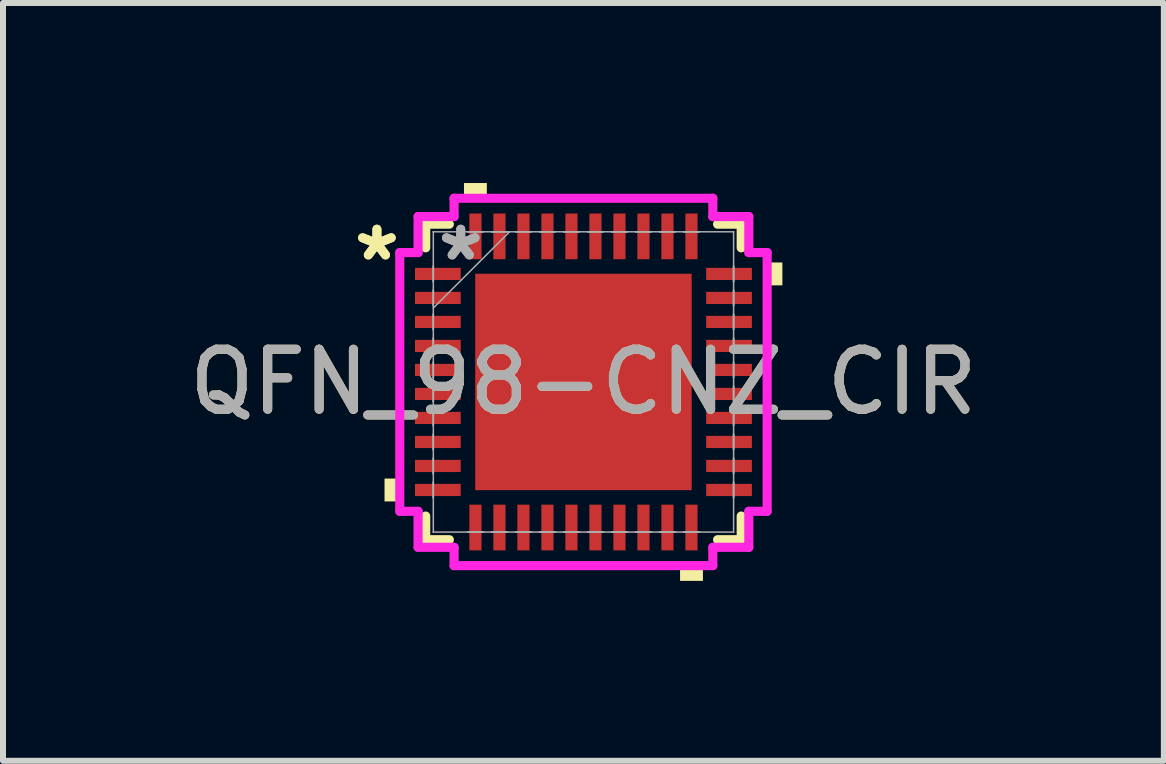
<source format=kicad_pcb>
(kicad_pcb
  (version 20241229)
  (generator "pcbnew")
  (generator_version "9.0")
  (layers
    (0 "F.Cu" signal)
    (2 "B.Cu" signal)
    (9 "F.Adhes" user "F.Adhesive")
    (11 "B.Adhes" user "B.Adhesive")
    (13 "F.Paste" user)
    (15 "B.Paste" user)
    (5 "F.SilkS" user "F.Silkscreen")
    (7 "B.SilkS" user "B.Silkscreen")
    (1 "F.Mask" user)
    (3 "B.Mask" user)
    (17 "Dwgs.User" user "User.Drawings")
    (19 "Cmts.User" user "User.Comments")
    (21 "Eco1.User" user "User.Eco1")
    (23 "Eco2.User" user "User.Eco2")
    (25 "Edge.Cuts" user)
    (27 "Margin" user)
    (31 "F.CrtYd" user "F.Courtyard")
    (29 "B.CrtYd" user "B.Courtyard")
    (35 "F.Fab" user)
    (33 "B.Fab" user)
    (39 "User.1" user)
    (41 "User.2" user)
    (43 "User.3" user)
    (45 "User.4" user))
  (footprint "QFN_98-CNZ_CIR"
    (layer "F.Cu")
    (at 6.673 3.315)
    (property "Reference" "QFN_98-CNZ_CIR" (at 0 0 0) (unlocked yes) (layer "F.SilkS") (effects (font (size 1 1) (thickness 0.15))))
    (attr smd)
    (fp_line (start -2.629 -2.629) (end -2.629 -2.235) (stroke (width 0.152) (type solid)) (layer "F.SilkS"))
    (fp_line (start -2.629 2.235) (end -2.629 2.629) (stroke (width 0.152) (type solid)) (layer "F.SilkS"))
    (fp_line (start -2.629 2.629) (end -2.235 2.629) (stroke (width 0.152) (type solid)) (layer "F.SilkS"))
    (fp_line (start -2.235 -2.629) (end -2.629 -2.629) (stroke (width 0.152) (type solid)) (layer "F.SilkS"))
    (fp_line (start 2.235 2.629) (end 2.629 2.629) (stroke (width 0.152) (type solid)) (layer "F.SilkS"))
    (fp_line (start 2.629 -2.629) (end 2.235 -2.629) (stroke (width 0.152) (type solid)) (layer "F.SilkS"))
    (fp_line (start 2.629 -2.235) (end 2.629 -2.629) (stroke (width 0.152) (type solid)) (layer "F.SilkS"))
    (fp_line (start 2.629 2.629) (end 2.629 2.235) (stroke (width 0.152) (type solid)) (layer "F.SilkS"))
    (fp_poly (pts (xy -3.315 1.61) (xy -3.315 1.991) (xy -3.061 1.991) (xy -3.061 1.61)) (stroke (width 0) (type solid)) (fill yes) (layer "F.SilkS"))
    (fp_poly (pts (xy -1.991 -3.061) (xy -1.991 -3.315) (xy -1.61 -3.315) (xy -1.61 -3.061)) (stroke (width 0) (type solid)) (fill yes) (layer "F.SilkS"))
    (fp_poly (pts (xy 1.61 3.061) (xy 1.61 3.315) (xy 1.991 3.315) (xy 1.991 3.061)) (stroke (width 0) (type solid)) (fill yes) (layer "F.SilkS"))
    (fp_poly (pts (xy 3.315 -1.991) (xy 3.315 -1.61) (xy 3.061 -1.61) (xy 3.061 -1.991)) (stroke (width 0) (type solid)) (fill yes) (layer "F.SilkS"))
    (fp_poly (pts (xy -1.703 -1.703) (xy -1.703 -0.1) (xy -0.1 -0.1) (xy -0.1 -1.703)) (stroke (width 0) (type solid)) (fill yes) (layer "F.Paste"))
    (fp_poly (pts (xy -1.703 0.1) (xy -1.703 1.703) (xy -0.1 1.703) (xy -0.1 0.1)) (stroke (width 0) (type solid)) (fill yes) (layer "F.Paste"))
    (fp_poly (pts (xy 0.1 -1.703) (xy 0.1 -0.1) (xy 1.703 -0.1) (xy 1.703 -1.703)) (stroke (width 0) (type solid)) (fill yes) (layer "F.Paste"))
    (fp_poly (pts (xy 0.1 0.1) (xy 0.1 1.703) (xy 1.703 1.703) (xy 1.703 0.1)) (stroke (width 0) (type solid)) (fill yes) (layer "F.Paste"))
    (fp_line (start -3.061 -2.156) (end -2.756 -2.156) (stroke (width 0.152) (type solid)) (layer "F.CrtYd"))
    (fp_line (start -3.061 2.156) (end -3.061 -2.156) (stroke (width 0.152) (type solid)) (layer "F.CrtYd"))
    (fp_line (start -2.756 -2.756) (end -2.156 -2.756) (stroke (width 0.152) (type solid)) (layer "F.CrtYd"))
    (fp_line (start -2.756 -2.156) (end -2.756 -2.756) (stroke (width 0.152) (type solid)) (layer "F.CrtYd"))
    (fp_line (start -2.756 2.156) (end -3.061 2.156) (stroke (width 0.152) (type solid)) (layer "F.CrtYd"))
    (fp_line (start -2.756 2.756) (end -2.756 2.156) (stroke (width 0.152) (type solid)) (layer "F.CrtYd"))
    (fp_line (start -2.156 -3.061) (end 2.156 -3.061) (stroke (width 0.152) (type solid)) (layer "F.CrtYd"))
    (fp_line (start -2.156 -2.756) (end -2.156 -3.061) (stroke (width 0.152) (type solid)) (layer "F.CrtYd"))
    (fp_line (start -2.156 2.756) (end -2.756 2.756) (stroke (width 0.152) (type solid)) (layer "F.CrtYd"))
    (fp_line (start -2.156 3.061) (end -2.156 2.756) (stroke (width 0.152) (type solid)) (layer "F.CrtYd"))
    (fp_line (start 2.156 -3.061) (end 2.156 -2.756) (stroke (width 0.152) (type solid)) (layer "F.CrtYd"))
    (fp_line (start 2.156 -2.756) (end 2.756 -2.756) (stroke (width 0.152) (type solid)) (layer "F.CrtYd"))
    (fp_line (start 2.156 2.756) (end 2.156 3.061) (stroke (width 0.152) (type solid)) (layer "F.CrtYd"))
    (fp_line (start 2.156 3.061) (end -2.156 3.061) (stroke (width 0.152) (type solid)) (layer "F.CrtYd"))
    (fp_line (start 2.756 -2.756) (end 2.756 -2.156) (stroke (width 0.152) (type solid)) (layer "F.CrtYd"))
    (fp_line (start 2.756 -2.156) (end 3.061 -2.156) (stroke (width 0.152) (type solid)) (layer "F.CrtYd"))
    (fp_line (start 2.756 2.156) (end 2.756 2.756) (stroke (width 0.152) (type solid)) (layer "F.CrtYd"))
    (fp_line (start 2.756 2.756) (end 2.156 2.756) (stroke (width 0.152) (type solid)) (layer "F.CrtYd"))
    (fp_line (start 3.061 -2.156) (end 3.061 2.156) (stroke (width 0.152) (type solid)) (layer "F.CrtYd"))
    (fp_line (start 3.061 2.156) (end 2.756 2.156) (stroke (width 0.152) (type solid)) (layer "F.CrtYd"))
    (fp_line (start -2.502 -2.502) (end -2.502 -2.502) (stroke (width 0.025) (type solid)) (layer "F.Fab"))
    (fp_line (start -2.502 -2.502) (end -2.502 2.502) (stroke (width 0.025) (type solid)) (layer "F.Fab"))
    (fp_line (start -2.502 -1.927) (end -2.502 -1.927) (stroke (width 0.025) (type solid)) (layer "F.Fab"))
    (fp_line (start -2.502 -1.927) (end -2.502 -1.673) (stroke (width 0.025) (type solid)) (layer "F.Fab"))
    (fp_line (start -2.502 -1.673) (end -2.502 -1.927) (stroke (width 0.025) (type solid)) (layer "F.Fab"))
    (fp_line (start -2.502 -1.673) (end -2.502 -1.673) (stroke (width 0.025) (type solid)) (layer "F.Fab"))
    (fp_line (start -2.502 -1.527) (end -2.502 -1.527) (stroke (width 0.025) (type solid)) (layer "F.Fab"))
    (fp_line (start -2.502 -1.527) (end -2.502 -1.273) (stroke (width 0.025) (type solid)) (layer "F.Fab"))
    (fp_line (start -2.502 -1.273) (end -2.502 -1.527) (stroke (width 0.025) (type solid)) (layer "F.Fab"))
    (fp_line (start -2.502 -1.273) (end -2.502 -1.273) (stroke (width 0.025) (type solid)) (layer "F.Fab"))
    (fp_line (start -2.502 -1.232) (end -1.232 -2.502) (stroke (width 0.025) (type solid)) (layer "F.Fab"))
    (fp_line (start -2.502 -1.127) (end -2.502 -1.127) (stroke (width 0.025) (type solid)) (layer "F.Fab"))
    (fp_line (start -2.502 -1.127) (end -2.502 -0.873) (stroke (width 0.025) (type solid)) (layer "F.Fab"))
    (fp_line (start -2.502 -0.873) (end -2.502 -1.127) (stroke (width 0.025) (type solid)) (layer "F.Fab"))
    (fp_line (start -2.502 -0.873) (end -2.502 -0.873) (stroke (width 0.025) (type solid)) (layer "F.Fab"))
    (fp_line (start -2.502 -0.727) (end -2.502 -0.727) (stroke (width 0.025) (type solid)) (layer "F.Fab"))
    (fp_line (start -2.502 -0.727) (end -2.502 -0.473) (stroke (width 0.025) (type solid)) (layer "F.Fab"))
    (fp_line (start -2.502 -0.473) (end -2.502 -0.727) (stroke (width 0.025) (type solid)) (layer "F.Fab"))
    (fp_line (start -2.502 -0.473) (end -2.502 -0.473) (stroke (width 0.025) (type solid)) (layer "F.Fab"))
    (fp_line (start -2.502 -0.327) (end -2.502 -0.327) (stroke (width 0.025) (type solid)) (layer "F.Fab"))
    (fp_line (start -2.502 -0.327) (end -2.502 -0.073) (stroke (width 0.025) (type solid)) (layer "F.Fab"))
    (fp_line (start -2.502 -0.073) (end -2.502 -0.327) (stroke (width 0.025) (type solid)) (layer "F.Fab"))
    (fp_line (start -2.502 -0.073) (end -2.502 -0.073) (stroke (width 0.025) (type solid)) (layer "F.Fab"))
    (fp_line (start -2.502 0.073) (end -2.502 0.073) (stroke (width 0.025) (type solid)) (layer "F.Fab"))
    (fp_line (start -2.502 0.073) (end -2.502 0.327) (stroke (width 0.025) (type solid)) (layer "F.Fab"))
    (fp_line (start -2.502 0.327) (end -2.502 0.073) (stroke (width 0.025) (type solid)) (layer "F.Fab"))
    (fp_line (start -2.502 0.327) (end -2.502 0.327) (stroke (width 0.025) (type solid)) (layer "F.Fab"))
    (fp_line (start -2.502 0.473) (end -2.502 0.473) (stroke (width 0.025) (type solid)) (layer "F.Fab"))
    (fp_line (start -2.502 0.473) (end -2.502 0.727) (stroke (width 0.025) (type solid)) (layer "F.Fab"))
    (fp_line (start -2.502 0.727) (end -2.502 0.473) (stroke (width 0.025) (type solid)) (layer "F.Fab"))
    (fp_line (start -2.502 0.727) (end -2.502 0.727) (stroke (width 0.025) (type solid)) (layer "F.Fab"))
    (fp_line (start -2.502 0.873) (end -2.502 0.873) (stroke (width 0.025) (type solid)) (layer "F.Fab"))
    (fp_line (start -2.502 0.873) (end -2.502 1.127) (stroke (width 0.025) (type solid)) (layer "F.Fab"))
    (fp_line (start -2.502 1.127) (end -2.502 0.873) (stroke (width 0.025) (type solid)) (layer "F.Fab"))
    (fp_line (start -2.502 1.127) (end -2.502 1.127) (stroke (width 0.025) (type solid)) (layer "F.Fab"))
    (fp_line (start -2.502 1.273) (end -2.502 1.273) (stroke (width 0.025) (type solid)) (layer "F.Fab"))
    (fp_line (start -2.502 1.273) (end -2.502 1.527) (stroke (width 0.025) (type solid)) (layer "F.Fab"))
    (fp_line (start -2.502 1.527) (end -2.502 1.273) (stroke (width 0.025) (type solid)) (layer "F.Fab"))
    (fp_line (start -2.502 1.527) (end -2.502 1.527) (stroke (width 0.025) (type solid)) (layer "F.Fab"))
    (fp_line (start -2.502 1.673) (end -2.502 1.673) (stroke (width 0.025) (type solid)) (layer "F.Fab"))
    (fp_line (start -2.502 1.673) (end -2.502 1.927) (stroke (width 0.025) (type solid)) (layer "F.Fab"))
    (fp_line (start -2.502 1.927) (end -2.502 1.673) (stroke (width 0.025) (type solid)) (layer "F.Fab"))
    (fp_line (start -2.502 1.927) (end -2.502 1.927) (stroke (width 0.025) (type solid)) (layer "F.Fab"))
    (fp_line (start -2.502 2.502) (end -2.502 2.502) (stroke (width 0.025) (type solid)) (layer "F.Fab"))
    (fp_line (start -2.502 2.502) (end 2.502 2.502) (stroke (width 0.025) (type solid)) (layer "F.Fab"))
    (fp_line (start -1.927 -2.502) (end -1.927 -2.502) (stroke (width 0.025) (type solid)) (layer "F.Fab"))
    (fp_line (start -1.927 -2.502) (end -1.673 -2.502) (stroke (width 0.025) (type solid)) (layer "F.Fab"))
    (fp_line (start -1.927 2.502) (end -1.927 2.502) (stroke (width 0.025) (type solid)) (layer "F.Fab"))
    (fp_line (start -1.927 2.502) (end -1.673 2.502) (stroke (width 0.025) (type solid)) (layer "F.Fab"))
    (fp_line (start -1.673 -2.502) (end -1.927 -2.502) (stroke (width 0.025) (type solid)) (layer "F.Fab"))
    (fp_line (start -1.673 -2.502) (end -1.673 -2.502) (stroke (width 0.025) (type solid)) (layer "F.Fab"))
    (fp_line (start -1.673 2.502) (end -1.927 2.502) (stroke (width 0.025) (type solid)) (layer "F.Fab"))
    (fp_line (start -1.673 2.502) (end -1.673 2.502) (stroke (width 0.025) (type solid)) (layer "F.Fab"))
    (fp_line (start -1.527 -2.502) (end -1.527 -2.502) (stroke (width 0.025) (type solid)) (layer "F.Fab"))
    (fp_line (start -1.527 -2.502) (end -1.273 -2.502) (stroke (width 0.025) (type solid)) (layer "F.Fab"))
    (fp_line (start -1.527 2.502) (end -1.527 2.502) (stroke (width 0.025) (type solid)) (layer "F.Fab"))
    (fp_line (start -1.527 2.502) (end -1.273 2.502) (stroke (width 0.025) (type solid)) (layer "F.Fab"))
    (fp_line (start -1.273 -2.502) (end -1.527 -2.502) (stroke (width 0.025) (type solid)) (layer "F.Fab"))
    (fp_line (start -1.273 -2.502) (end -1.273 -2.502) (stroke (width 0.025) (type solid)) (layer "F.Fab"))
    (fp_line (start -1.273 2.502) (end -1.527 2.502) (stroke (width 0.025) (type solid)) (layer "F.Fab"))
    (fp_line (start -1.273 2.502) (end -1.273 2.502) (stroke (width 0.025) (type solid)) (layer "F.Fab"))
    (fp_line (start -1.127 -2.502) (end -1.127 -2.502) (stroke (width 0.025) (type solid)) (layer "F.Fab"))
    (fp_line (start -1.127 -2.502) (end -0.873 -2.502) (stroke (width 0.025) (type solid)) (layer "F.Fab"))
    (fp_line (start -1.127 2.502) (end -1.127 2.502) (stroke (width 0.025) (type solid)) (layer "F.Fab"))
    (fp_line (start -1.127 2.502) (end -0.873 2.502) (stroke (width 0.025) (type solid)) (layer "F.Fab"))
    (fp_line (start -0.873 -2.502) (end -1.127 -2.502) (stroke (width 0.025) (type solid)) (layer "F.Fab"))
    (fp_line (start -0.873 -2.502) (end -0.873 -2.502) (stroke (width 0.025) (type solid)) (layer "F.Fab"))
    (fp_line (start -0.873 2.502) (end -1.127 2.502) (stroke (width 0.025) (type solid)) (layer "F.Fab"))
    (fp_line (start -0.873 2.502) (end -0.873 2.502) (stroke (width 0.025) (type solid)) (layer "F.Fab"))
    (fp_line (start -0.727 -2.502) (end -0.727 -2.502) (stroke (width 0.025) (type solid)) (layer "F.Fab"))
    (fp_line (start -0.727 -2.502) (end -0.473 -2.502) (stroke (width 0.025) (type solid)) (layer "F.Fab"))
    (fp_line (start -0.727 2.502) (end -0.727 2.502) (stroke (width 0.025) (type solid)) (layer "F.Fab"))
    (fp_line (start -0.727 2.502) (end -0.473 2.502) (stroke (width 0.025) (type solid)) (layer "F.Fab"))
    (fp_line (start -0.473 -2.502) (end -0.727 -2.502) (stroke (width 0.025) (type solid)) (layer "F.Fab"))
    (fp_line (start -0.473 -2.502) (end -0.473 -2.502) (stroke (width 0.025) (type solid)) (layer "F.Fab"))
    (fp_line (start -0.473 2.502) (end -0.727 2.502) (stroke (width 0.025) (type solid)) (layer "F.Fab"))
    (fp_line (start -0.473 2.502) (end -0.473 2.502) (stroke (width 0.025) (type solid)) (layer "F.Fab"))
    (fp_line (start -0.327 -2.502) (end -0.327 -2.502) (stroke (width 0.025) (type solid)) (layer "F.Fab"))
    (fp_line (start -0.327 -2.502) (end -0.073 -2.502) (stroke (width 0.025) (type solid)) (layer "F.Fab"))
    (fp_line (start -0.327 2.502) (end -0.327 2.502) (stroke (width 0.025) (type solid)) (layer "F.Fab"))
    (fp_line (start -0.327 2.502) (end -0.073 2.502) (stroke (width 0.025) (type solid)) (layer "F.Fab"))
    (fp_line (start -0.073 -2.502) (end -0.327 -2.502) (stroke (width 0.025) (type solid)) (layer "F.Fab"))
    (fp_line (start -0.073 -2.502) (end -0.073 -2.502) (stroke (width 0.025) (type solid)) (layer "F.Fab"))
    (fp_line (start -0.073 2.502) (end -0.327 2.502) (stroke (width 0.025) (type solid)) (layer "F.Fab"))
    (fp_line (start -0.073 2.502) (end -0.073 2.502) (stroke (width 0.025) (type solid)) (layer "F.Fab"))
    (fp_line (start 0.073 -2.502) (end 0.073 -2.502) (stroke (width 0.025) (type solid)) (layer "F.Fab"))
    (fp_line (start 0.073 -2.502) (end 0.327 -2.502) (stroke (width 0.025) (type solid)) (layer "F.Fab"))
    (fp_line (start 0.073 2.502) (end 0.073 2.502) (stroke (width 0.025) (type solid)) (layer "F.Fab"))
    (fp_line (start 0.073 2.502) (end 0.327 2.502) (stroke (width 0.025) (type solid)) (layer "F.Fab"))
    (fp_line (start 0.327 -2.502) (end 0.073 -2.502) (stroke (width 0.025) (type solid)) (layer "F.Fab"))
    (fp_line (start 0.327 -2.502) (end 0.327 -2.502) (stroke (width 0.025) (type solid)) (layer "F.Fab"))
    (fp_line (start 0.327 2.502) (end 0.073 2.502) (stroke (width 0.025) (type solid)) (layer "F.Fab"))
    (fp_line (start 0.327 2.502) (end 0.327 2.502) (stroke (width 0.025) (type solid)) (layer "F.Fab"))
    (fp_line (start 0.473 -2.502) (end 0.473 -2.502) (stroke (width 0.025) (type solid)) (layer "F.Fab"))
    (fp_line (start 0.473 -2.502) (end 0.727 -2.502) (stroke (width 0.025) (type solid)) (layer "F.Fab"))
    (fp_line (start 0.473 2.502) (end 0.473 2.502) (stroke (width 0.025) (type solid)) (layer "F.Fab"))
    (fp_line (start 0.473 2.502) (end 0.727 2.502) (stroke (width 0.025) (type solid)) (layer "F.Fab"))
    (fp_line (start 0.727 -2.502) (end 0.473 -2.502) (stroke (width 0.025) (type solid)) (layer "F.Fab"))
    (fp_line (start 0.727 -2.502) (end 0.727 -2.502) (stroke (width 0.025) (type solid)) (layer "F.Fab"))
    (fp_line (start 0.727 2.502) (end 0.473 2.502) (stroke (width 0.025) (type solid)) (layer "F.Fab"))
    (fp_line (start 0.727 2.502) (end 0.727 2.502) (stroke (width 0.025) (type solid)) (layer "F.Fab"))
    (fp_line (start 0.873 -2.502) (end 0.873 -2.502) (stroke (width 0.025) (type solid)) (layer "F.Fab"))
    (fp_line (start 0.873 -2.502) (end 1.127 -2.502) (stroke (width 0.025) (type solid)) (layer "F.Fab"))
    (fp_line (start 0.873 2.502) (end 0.873 2.502) (stroke (width 0.025) (type solid)) (layer "F.Fab"))
    (fp_line (start 0.873 2.502) (end 1.127 2.502) (stroke (width 0.025) (type solid)) (layer "F.Fab"))
    (fp_line (start 1.127 -2.502) (end 0.873 -2.502) (stroke (width 0.025) (type solid)) (layer "F.Fab"))
    (fp_line (start 1.127 -2.502) (end 1.127 -2.502) (stroke (width 0.025) (type solid)) (layer "F.Fab"))
    (fp_line (start 1.127 2.502) (end 0.873 2.502) (stroke (width 0.025) (type solid)) (layer "F.Fab"))
    (fp_line (start 1.127 2.502) (end 1.127 2.502) (stroke (width 0.025) (type solid)) (layer "F.Fab"))
    (fp_line (start 1.273 -2.502) (end 1.273 -2.502) (stroke (width 0.025) (type solid)) (layer "F.Fab"))
    (fp_line (start 1.273 -2.502) (end 1.527 -2.502) (stroke (width 0.025) (type solid)) (layer "F.Fab"))
    (fp_line (start 1.273 2.502) (end 1.273 2.502) (stroke (width 0.025) (type solid)) (layer "F.Fab"))
    (fp_line (start 1.273 2.502) (end 1.527 2.502) (stroke (width 0.025) (type solid)) (layer "F.Fab"))
    (fp_line (start 1.527 -2.502) (end 1.273 -2.502) (stroke (width 0.025) (type solid)) (layer "F.Fab"))
    (fp_line (start 1.527 -2.502) (end 1.527 -2.502) (stroke (width 0.025) (type solid)) (layer "F.Fab"))
    (fp_line (start 1.527 2.502) (end 1.273 2.502) (stroke (width 0.025) (type solid)) (layer "F.Fab"))
    (fp_line (start 1.527 2.502) (end 1.527 2.502) (stroke (width 0.025) (type solid)) (layer "F.Fab"))
    (fp_line (start 1.673 -2.502) (end 1.673 -2.502) (stroke (width 0.025) (type solid)) (layer "F.Fab"))
    (fp_line (start 1.673 -2.502) (end 1.927 -2.502) (stroke (width 0.025) (type solid)) (layer "F.Fab"))
    (fp_line (start 1.673 2.502) (end 1.673 2.502) (stroke (width 0.025) (type solid)) (layer "F.Fab"))
    (fp_line (start 1.673 2.502) (end 1.927 2.502) (stroke (width 0.025) (type solid)) (layer "F.Fab"))
    (fp_line (start 1.927 -2.502) (end 1.673 -2.502) (stroke (width 0.025) (type solid)) (layer "F.Fab"))
    (fp_line (start 1.927 -2.502) (end 1.927 -2.502) (stroke (width 0.025) (type solid)) (layer "F.Fab"))
    (fp_line (start 1.927 2.502) (end 1.673 2.502) (stroke (width 0.025) (type solid)) (layer "F.Fab"))
    (fp_line (start 1.927 2.502) (end 1.927 2.502) (stroke (width 0.025) (type solid)) (layer "F.Fab"))
    (fp_line (start 2.502 -2.502) (end -2.502 -2.502) (stroke (width 0.025) (type solid)) (layer "F.Fab"))
    (fp_line (start 2.502 -2.502) (end 2.502 -2.502) (stroke (width 0.025) (type solid)) (layer "F.Fab"))
    (fp_line (start 2.502 -1.927) (end 2.502 -1.927) (stroke (width 0.025) (type solid)) (layer "F.Fab"))
    (fp_line (start 2.502 -1.927) (end 2.502 -1.673) (stroke (width 0.025) (type solid)) (layer "F.Fab"))
    (fp_line (start 2.502 -1.673) (end 2.502 -1.927) (stroke (width 0.025) (type solid)) (layer "F.Fab"))
    (fp_line (start 2.502 -1.673) (end 2.502 -1.673) (stroke (width 0.025) (type solid)) (layer "F.Fab"))
    (fp_line (start 2.502 -1.527) (end 2.502 -1.527) (stroke (width 0.025) (type solid)) (layer "F.Fab"))
    (fp_line (start 2.502 -1.527) (end 2.502 -1.273) (stroke (width 0.025) (type solid)) (layer "F.Fab"))
    (fp_line (start 2.502 -1.273) (end 2.502 -1.527) (stroke (width 0.025) (type solid)) (layer "F.Fab"))
    (fp_line (start 2.502 -1.273) (end 2.502 -1.273) (stroke (width 0.025) (type solid)) (layer "F.Fab"))
    (fp_line (start 2.502 -1.127) (end 2.502 -1.127) (stroke (width 0.025) (type solid)) (layer "F.Fab"))
    (fp_line (start 2.502 -1.127) (end 2.502 -0.873) (stroke (width 0.025) (type solid)) (layer "F.Fab"))
    (fp_line (start 2.502 -0.873) (end 2.502 -1.127) (stroke (width 0.025) (type solid)) (layer "F.Fab"))
    (fp_line (start 2.502 -0.873) (end 2.502 -0.873) (stroke (width 0.025) (type solid)) (layer "F.Fab"))
    (fp_line (start 2.502 -0.727) (end 2.502 -0.727) (stroke (width 0.025) (type solid)) (layer "F.Fab"))
    (fp_line (start 2.502 -0.727) (end 2.502 -0.473) (stroke (width 0.025) (type solid)) (layer "F.Fab"))
    (fp_line (start 2.502 -0.473) (end 2.502 -0.727) (stroke (width 0.025) (type solid)) (layer "F.Fab"))
    (fp_line (start 2.502 -0.473) (end 2.502 -0.473) (stroke (width 0.025) (type solid)) (layer "F.Fab"))
    (fp_line (start 2.502 -0.327) (end 2.502 -0.327) (stroke (width 0.025) (type solid)) (layer "F.Fab"))
    (fp_line (start 2.502 -0.327) (end 2.502 -0.073) (stroke (width 0.025) (type solid)) (layer "F.Fab"))
    (fp_line (start 2.502 -0.073) (end 2.502 -0.327) (stroke (width 0.025) (type solid)) (layer "F.Fab"))
    (fp_line (start 2.502 -0.073) (end 2.502 -0.073) (stroke (width 0.025) (type solid)) (layer "F.Fab"))
    (fp_line (start 2.502 0.073) (end 2.502 0.073) (stroke (width 0.025) (type solid)) (layer "F.Fab"))
    (fp_line (start 2.502 0.073) (end 2.502 0.327) (stroke (width 0.025) (type solid)) (layer "F.Fab"))
    (fp_line (start 2.502 0.327) (end 2.502 0.073) (stroke (width 0.025) (type solid)) (layer "F.Fab"))
    (fp_line (start 2.502 0.327) (end 2.502 0.327) (stroke (width 0.025) (type solid)) (layer "F.Fab"))
    (fp_line (start 2.502 0.473) (end 2.502 0.473) (stroke (width 0.025) (type solid)) (layer "F.Fab"))
    (fp_line (start 2.502 0.473) (end 2.502 0.727) (stroke (width 0.025) (type solid)) (layer "F.Fab"))
    (fp_line (start 2.502 0.727) (end 2.502 0.473) (stroke (width 0.025) (type solid)) (layer "F.Fab"))
    (fp_line (start 2.502 0.727) (end 2.502 0.727) (stroke (width 0.025) (type solid)) (layer "F.Fab"))
    (fp_line (start 2.502 0.873) (end 2.502 0.873) (stroke (width 0.025) (type solid)) (layer "F.Fab"))
    (fp_line (start 2.502 0.873) (end 2.502 1.127) (stroke (width 0.025) (type solid)) (layer "F.Fab"))
    (fp_line (start 2.502 1.127) (end 2.502 0.873) (stroke (width 0.025) (type solid)) (layer "F.Fab"))
    (fp_line (start 2.502 1.127) (end 2.502 1.127) (stroke (width 0.025) (type solid)) (layer "F.Fab"))
    (fp_line (start 2.502 1.273) (end 2.502 1.273) (stroke (width 0.025) (type solid)) (layer "F.Fab"))
    (fp_line (start 2.502 1.273) (end 2.502 1.527) (stroke (width 0.025) (type solid)) (layer "F.Fab"))
    (fp_line (start 2.502 1.527) (end 2.502 1.273) (stroke (width 0.025) (type solid)) (layer "F.Fab"))
    (fp_line (start 2.502 1.527) (end 2.502 1.527) (stroke (width 0.025) (type solid)) (layer "F.Fab"))
    (fp_line (start 2.502 1.673) (end 2.502 1.673) (stroke (width 0.025) (type solid)) (layer "F.Fab"))
    (fp_line (start 2.502 1.673) (end 2.502 1.927) (stroke (width 0.025) (type solid)) (layer "F.Fab"))
    (fp_line (start 2.502 1.927) (end 2.502 1.673) (stroke (width 0.025) (type solid)) (layer "F.Fab"))
    (fp_line (start 2.502 1.927) (end 2.502 1.927) (stroke (width 0.025) (type solid)) (layer "F.Fab"))
    (fp_line (start 2.502 2.502) (end 2.502 -2.502) (stroke (width 0.025) (type solid)) (layer "F.Fab"))
    (fp_line (start 2.502 2.502) (end 2.502 2.502) (stroke (width 0.025) (type solid)) (layer "F.Fab"))
    (fp_text user "*" (at -3.442 -2 0) (layer "F.SilkS") (effects (font (size 1 1) (thickness 0.15))))
    (fp_text user "*" (at -3.442 -2 0) (unlocked yes) (layer "F.SilkS") (effects (font (size 1 1) (thickness 0.15))))
    (fp_text user "*" (at -2.045 -2 0) (layer "F.Fab") (effects (font (size 1 1) (thickness 0.15))))
    (fp_text user "${REFERENCE}" (at 0 0 0) (unlocked yes) (layer "F.Fab") (effects (font (size 1 1) (thickness 0.15))))
    (fp_text user "*" (at -2.045 -2 0) (unlocked yes) (layer "F.Fab") (effects (font (size 1 1) (thickness 0.15))))
    (pad "1" smd rect (at -2.426 -1.8 90) (size 0.203 0.762) (layers "F.Cu" "F.Mask" "F.Paste"))
    (pad "2" smd rect (at -2.426 -1.4 90) (size 0.203 0.762) (layers "F.Cu" "F.Mask" "F.Paste"))
    (pad "3" smd rect (at -2.426 -1 90) (size 0.203 0.762) (layers "F.Cu" "F.Mask" "F.Paste"))
    (pad "4" smd rect (at -2.426 -0.6 90) (size 0.203 0.762) (layers "F.Cu" "F.Mask" "F.Paste"))
    (pad "5" smd rect (at -2.426 -0.2 90) (size 0.203 0.762) (layers "F.Cu" "F.Mask" "F.Paste"))
    (pad "6" smd rect (at -2.426 0.2 90) (size 0.203 0.762) (layers "F.Cu" "F.Mask" "F.Paste"))
    (pad "7" smd rect (at -2.426 0.6 90) (size 0.203 0.762) (layers "F.Cu" "F.Mask" "F.Paste"))
    (pad "8" smd rect (at -2.426 1 90) (size 0.203 0.762) (layers "F.Cu" "F.Mask" "F.Paste"))
    (pad "9" smd rect (at -2.426 1.4 90) (size 0.203 0.762) (layers "F.Cu" "F.Mask" "F.Paste"))
    (pad "10" smd rect (at -2.426 1.8 90) (size 0.203 0.762) (layers "F.Cu" "F.Mask" "F.Paste"))
    (pad "11" smd rect (at -1.8 2.426) (size 0.203 0.762) (layers "F.Cu" "F.Mask" "F.Paste"))
    (pad "12" smd rect (at -1.4 2.426) (size 0.203 0.762) (layers "F.Cu" "F.Mask" "F.Paste"))
    (pad "13" smd rect (at -1 2.426) (size 0.203 0.762) (layers "F.Cu" "F.Mask" "F.Paste"))
    (pad "14" smd rect (at -0.6 2.426) (size 0.203 0.762) (layers "F.Cu" "F.Mask" "F.Paste"))
    (pad "15" smd rect (at -0.2 2.426) (size 0.203 0.762) (layers "F.Cu" "F.Mask" "F.Paste"))
    (pad "16" smd rect (at 0.2 2.426) (size 0.203 0.762) (layers "F.Cu" "F.Mask" "F.Paste"))
    (pad "17" smd rect (at 0.6 2.426) (size 0.203 0.762) (layers "F.Cu" "F.Mask" "F.Paste"))
    (pad "18" smd rect (at 1 2.426) (size 0.203 0.762) (layers "F.Cu" "F.Mask" "F.Paste"))
    (pad "19" smd rect (at 1.4 2.426) (size 0.203 0.762) (layers "F.Cu" "F.Mask" "F.Paste"))
    (pad "20" smd rect (at 1.8 2.426) (size 0.203 0.762) (layers "F.Cu" "F.Mask" "F.Paste"))
    (pad "21" smd rect (at 2.426 1.8 90) (size 0.203 0.762) (layers "F.Cu" "F.Mask" "F.Paste"))
    (pad "22" smd rect (at 2.426 1.4 90) (size 0.203 0.762) (layers "F.Cu" "F.Mask" "F.Paste"))
    (pad "23" smd rect (at 2.426 1 90) (size 0.203 0.762) (layers "F.Cu" "F.Mask" "F.Paste"))
    (pad "24" smd rect (at 2.426 0.6 90) (size 0.203 0.762) (layers "F.Cu" "F.Mask" "F.Paste"))
    (pad "25" smd rect (at 2.426 0.2 90) (size 0.203 0.762) (layers "F.Cu" "F.Mask" "F.Paste"))
    (pad "26" smd rect (at 2.426 -0.2 90) (size 0.203 0.762) (layers "F.Cu" "F.Mask" "F.Paste"))
    (pad "27" smd rect (at 2.426 -0.6 90) (size 0.203 0.762) (layers "F.Cu" "F.Mask" "F.Paste"))
    (pad "28" smd rect (at 2.426 -1 90) (size 0.203 0.762) (layers "F.Cu" "F.Mask" "F.Paste"))
    (pad "29" smd rect (at 2.426 -1.4 90) (size 0.203 0.762) (layers "F.Cu" "F.Mask" "F.Paste"))
    (pad "30" smd rect (at 2.426 -1.8 90) (size 0.203 0.762) (layers "F.Cu" "F.Mask" "F.Paste"))
    (pad "31" smd rect (at 1.8 -2.426) (size 0.203 0.762) (layers "F.Cu" "F.Mask" "F.Paste"))
    (pad "32" smd rect (at 1.4 -2.426) (size 0.203 0.762) (layers "F.Cu" "F.Mask" "F.Paste"))
    (pad "33" smd rect (at 1 -2.426) (size 0.203 0.762) (layers "F.Cu" "F.Mask" "F.Paste"))
    (pad "34" smd rect (at 0.6 -2.426) (size 0.203 0.762) (layers "F.Cu" "F.Mask" "F.Paste"))
    (pad "35" smd rect (at 0.2 -2.426) (size 0.203 0.762) (layers "F.Cu" "F.Mask" "F.Paste"))
    (pad "36" smd rect (at -0.2 -2.426) (size 0.203 0.762) (layers "F.Cu" "F.Mask" "F.Paste"))
    (pad "37" smd rect (at -0.6 -2.426) (size 0.203 0.762) (layers "F.Cu" "F.Mask" "F.Paste"))
    (pad "38" smd rect (at -1 -2.426) (size 0.203 0.762) (layers "F.Cu" "F.Mask" "F.Paste"))
    (pad "39" smd rect (at -1.4 -2.426) (size 0.203 0.762) (layers "F.Cu" "F.Mask" "F.Paste"))
    (pad "40" smd rect (at -1.8 -2.426) (size 0.203 0.762) (layers "F.Cu" "F.Mask" "F.Paste"))
    (pad "41" smd rect (at 0 0) (size 3.607 3.607) (layers "F.Cu" "F.Mask" "F.Paste")))
  (gr_rect
    (start -3 -3)
    (end 16.345 9.629)
    (stroke (width 0.1) (type default))
    (fill no)
    (layer "Edge.Cuts")))
</source>
